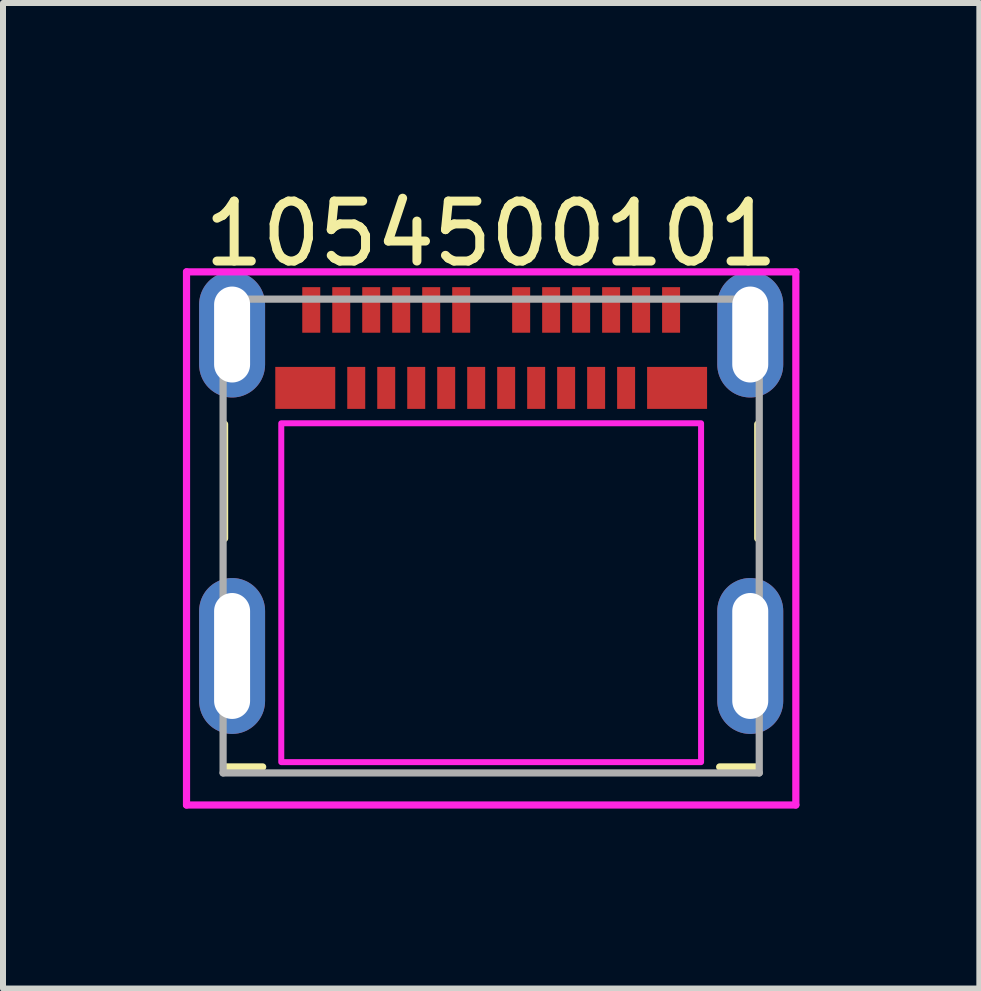
<source format=kicad_pcb>
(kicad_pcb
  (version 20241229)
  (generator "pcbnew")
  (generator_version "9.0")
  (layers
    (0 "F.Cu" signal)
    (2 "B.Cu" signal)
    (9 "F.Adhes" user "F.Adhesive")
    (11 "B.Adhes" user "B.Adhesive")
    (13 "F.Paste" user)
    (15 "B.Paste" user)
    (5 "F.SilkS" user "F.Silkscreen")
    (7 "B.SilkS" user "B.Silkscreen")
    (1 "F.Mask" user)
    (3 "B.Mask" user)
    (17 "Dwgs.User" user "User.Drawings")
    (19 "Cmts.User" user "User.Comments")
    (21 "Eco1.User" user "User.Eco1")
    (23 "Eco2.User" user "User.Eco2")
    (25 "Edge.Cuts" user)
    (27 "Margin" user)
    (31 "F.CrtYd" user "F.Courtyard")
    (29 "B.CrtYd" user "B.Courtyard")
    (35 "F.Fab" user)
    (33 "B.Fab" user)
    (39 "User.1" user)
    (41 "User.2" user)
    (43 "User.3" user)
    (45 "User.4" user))
  (footprint "1054500101"
    (layer "F.Cu")
    (at 5.14 2.118)
    (property "Reference" "1054500101" (at 0 -1.27 0) (layer "F.SilkS") (effects (font (size 1 1) (thickness 0.15))))
    (attr through_hole)
    (fp_line (start -4.445 1.905) (end -4.445 3.81) (stroke (width 0.12) (type solid)) (layer "F.SilkS"))
    (fp_line (start -4.445 7.62) (end -3.81 7.62) (stroke (width 0.12) (type solid)) (layer "F.SilkS"))
    (fp_line (start 3.81 7.62) (end 4.445 7.62) (stroke (width 0.12) (type solid)) (layer "F.SilkS"))
    (fp_line (start 4.445 1.905) (end 4.445 3.81) (stroke (width 0.12) (type solid)) (layer "F.SilkS"))
    (fp_line (start -5.08 -0.635) (end -5.08 8.255) (stroke (width 0.12) (type solid)) (layer "F.CrtYd"))
    (fp_line (start -5.08 8.255) (end 5.08 8.255) (stroke (width 0.12) (type solid)) (layer "F.CrtYd"))
    (fp_line (start 5.08 -0.635) (end -5.08 -0.635) (stroke (width 0.12) (type solid)) (layer "F.CrtYd"))
    (fp_line (start 5.08 8.255) (end 5.08 -0.635) (stroke (width 0.12) (type solid)) (layer "F.CrtYd"))
    (fp_poly (pts (xy 3.5 7.54) (xy -3.5 7.54) (xy -3.5 1.89) (xy 3.5 1.89)) (stroke (width 0.1) (type solid)) (fill no) (layer "F.CrtYd"))
    (fp_line (start -4.47 -0.18) (end -4.47 7.72) (stroke (width 0.12) (type solid)) (layer "F.Fab"))
    (fp_line (start -4.47 -0.18) (end 4.47 -0.18) (stroke (width 0.12) (type solid)) (layer "F.Fab"))
    (fp_line (start -4.47 7.72) (end 4.47 7.72) (stroke (width 0.12) (type solid)) (layer "F.Fab"))
    (fp_line (start 4.47 7.72) (end 4.47 -0.18) (stroke (width 0.12) (type solid)) (layer "F.Fab"))
    (pad "A1" smd rect (at -3 0) (size 0.3 0.76) (layers "F.Cu" "F.Mask" "F.Paste"))
    (pad "A2" smd rect (at -2.5 0) (size 0.3 0.76) (layers "F.Cu" "F.Mask" "F.Paste"))
    (pad "A3" smd rect (at -2 0) (size 0.3 0.76) (layers "F.Cu" "F.Mask" "F.Paste"))
    (pad "A4" smd rect (at -1.5 0) (size 0.3 0.76) (layers "F.Cu" "F.Mask" "F.Paste"))
    (pad "A5" smd rect (at -1 0) (size 0.3 0.76) (layers "F.Cu" "F.Mask" "F.Paste"))
    (pad "A6" smd rect (at -0.5 0) (size 0.3 0.76) (layers "F.Cu" "F.Mask" "F.Paste"))
    (pad "A7" smd rect (at 0.5 0) (size 0.3 0.76) (layers "F.Cu" "F.Mask" "F.Paste"))
    (pad "A8" smd rect (at 1 0) (size 0.3 0.76) (layers "F.Cu" "F.Mask" "F.Paste"))
    (pad "A9" smd rect (at 1.5 0) (size 0.3 0.76) (layers "F.Cu" "F.Mask" "F.Paste"))
    (pad "A10" smd rect (at 2 0) (size 0.3 0.76) (layers "F.Cu" "F.Mask" "F.Paste"))
    (pad "A11" smd rect (at 2.5 0) (size 0.3 0.76) (layers "F.Cu" "F.Mask" "F.Paste"))
    (pad "A12" smd rect (at 3 0) (size 0.3 0.76) (layers "F.Cu" "F.Mask" "F.Paste"))
    (pad "B1" smd rect (at 3.1 1.3) (size 1 0.7) (layers "F.Cu" "F.Mask" "F.Paste"))
    (pad "B2" smd rect (at 2.25 1.3) (size 0.3 0.7) (layers "F.Cu" "F.Mask" "F.Paste"))
    (pad "B3" smd rect (at 1.75 1.3) (size 0.3 0.7) (layers "F.Cu" "F.Mask" "F.Paste"))
    (pad "B4" smd rect (at 1.25 1.3) (size 0.3 0.7) (layers "F.Cu" "F.Mask" "F.Paste"))
    (pad "B5" smd rect (at 0.75 1.3) (size 0.3 0.7) (layers "F.Cu" "F.Mask" "F.Paste"))
    (pad "B6" smd rect (at 0.25 1.3) (size 0.3 0.7) (layers "F.Cu" "F.Mask" "F.Paste"))
    (pad "B7" smd rect (at -0.25 1.3) (size 0.3 0.7) (layers "F.Cu" "F.Mask" "F.Paste"))
    (pad "B8" smd rect (at -0.75 1.3) (size 0.3 0.7) (layers "F.Cu" "F.Mask" "F.Paste"))
    (pad "B9" smd rect (at -1.25 1.3) (size 0.3 0.7) (layers "F.Cu" "F.Mask" "F.Paste"))
    (pad "B10" smd rect (at -1.75 1.3) (size 0.3 0.7) (layers "F.Cu" "F.Mask" "F.Paste"))
    (pad "B11" smd rect (at -2.25 1.3) (size 0.3 0.7) (layers "F.Cu" "F.Mask" "F.Paste"))
    (pad "B12" smd rect (at -3.1 1.3) (size 1 0.7) (layers "F.Cu" "F.Mask" "F.Paste"))
    (pad "SHLD" thru_hole oval (at -4.32 0.41) (size 1.1 2.1) (drill oval 0.6 1.6) (layers "*.Cu" "*.Mask"))
    (pad "SHLD" thru_hole oval (at -4.32 5.77) (size 1.1 2.6) (drill oval 0.6 2.1) (layers "*.Cu" "*.Mask"))
    (pad "SHLD" thru_hole oval (at 4.32 0.41) (size 1.1 2.1) (drill oval 0.6 1.6) (layers "*.Cu" "*.Mask"))
    (pad "SHLD" thru_hole oval (at 4.32 5.77) (size 1.1 2.6) (drill oval 0.6 2.1) (layers "*.Cu" "*.Mask")))
  (gr_rect
    (start -3 -3)
    (end 13.28 13.433)
    (stroke (width 0.1) (type default))
    (fill no)
    (layer "Edge.Cuts")))
</source>
